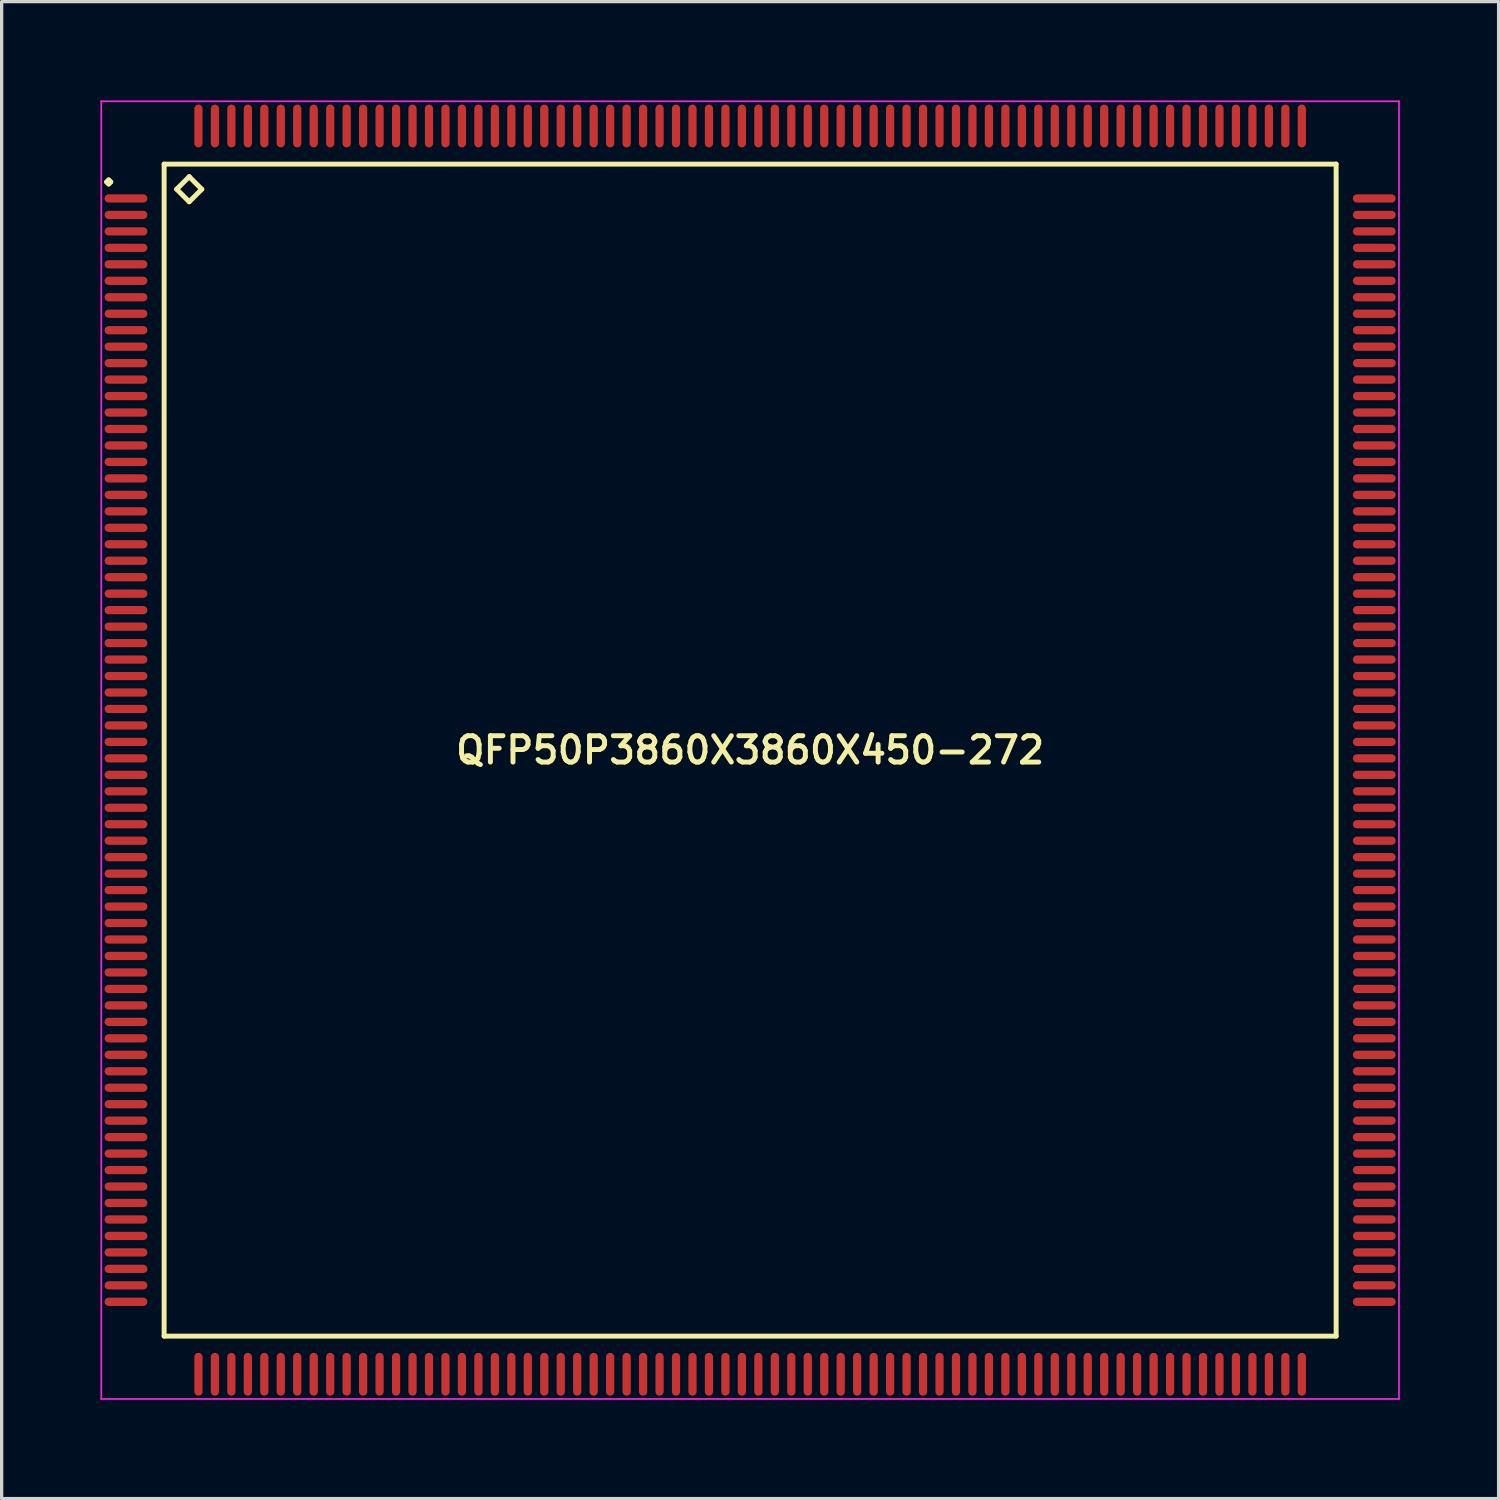
<source format=kicad_pcb>
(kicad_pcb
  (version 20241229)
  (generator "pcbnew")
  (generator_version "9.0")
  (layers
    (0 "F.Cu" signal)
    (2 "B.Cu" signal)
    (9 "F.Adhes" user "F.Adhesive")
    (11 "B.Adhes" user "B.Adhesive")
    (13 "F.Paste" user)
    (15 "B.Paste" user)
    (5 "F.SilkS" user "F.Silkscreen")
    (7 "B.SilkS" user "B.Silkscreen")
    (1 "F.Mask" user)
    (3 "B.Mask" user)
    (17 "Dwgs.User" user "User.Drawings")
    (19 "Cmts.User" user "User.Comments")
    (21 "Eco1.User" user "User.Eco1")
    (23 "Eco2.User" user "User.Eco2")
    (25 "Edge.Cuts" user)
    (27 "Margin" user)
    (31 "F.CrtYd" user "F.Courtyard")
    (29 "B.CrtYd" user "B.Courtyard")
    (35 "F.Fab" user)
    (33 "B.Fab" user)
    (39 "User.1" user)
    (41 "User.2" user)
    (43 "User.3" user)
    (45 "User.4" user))
  (footprint "QFP50P3860X3860X450-272"
    (layer "F.Cu")
    (at 19.725 19.725)
    (property "Reference" "QFP50P3860X3860X450-272" (at 0 0 0) (layer "F.SilkS") (effects (font (size 0.8 0.8) (thickness 0.15))))
    (attr smd)
    (fp_line (start -19.538 -17.25) (end -19.475 -17.312) (stroke (width 0.15) (type solid)) (layer "F.SilkS"))
    (fp_line (start -19.475 -17.312) (end -19.413 -17.25) (stroke (width 0.15) (type solid)) (layer "F.SilkS"))
    (fp_line (start -19.475 -17.188) (end -19.538 -17.25) (stroke (width 0.15) (type solid)) (layer "F.SilkS"))
    (fp_line (start -19.413 -17.25) (end -19.475 -17.188) (stroke (width 0.15) (type solid)) (layer "F.SilkS"))
    (fp_line (start -17.792 -17.792) (end -17.792 17.792) (stroke (width 0.15) (type solid)) (layer "F.SilkS"))
    (fp_line (start -17.792 17.792) (end 17.792 17.792) (stroke (width 0.15) (type solid)) (layer "F.SilkS"))
    (fp_line (start -17.411 -17.03) (end -17.03 -17.411) (stroke (width 0.15) (type solid)) (layer "F.SilkS"))
    (fp_line (start -17.03 -17.411) (end -16.649 -17.03) (stroke (width 0.15) (type solid)) (layer "F.SilkS"))
    (fp_line (start -17.03 -16.649) (end -17.411 -17.03) (stroke (width 0.15) (type solid)) (layer "F.SilkS"))
    (fp_line (start -16.649 -17.03) (end -17.03 -16.649) (stroke (width 0.15) (type solid)) (layer "F.SilkS"))
    (fp_line (start 17.792 -17.792) (end -17.792 -17.792) (stroke (width 0.15) (type solid)) (layer "F.SilkS"))
    (fp_line (start 17.792 17.792) (end 17.792 -17.792) (stroke (width 0.15) (type solid)) (layer "F.SilkS"))
    (fp_line (start -19.7 -19.7) (end 19.7 -19.7) (stroke (width 0.05) (type solid)) (layer "F.CrtYd"))
    (fp_line (start -19.7 19.7) (end -19.7 -19.7) (stroke (width 0.05) (type solid)) (layer "F.CrtYd"))
    (fp_line (start 19.7 -19.7) (end 19.7 19.7) (stroke (width 0.05) (type solid)) (layer "F.CrtYd"))
    (fp_line (start 19.7 19.7) (end -19.7 19.7) (stroke (width 0.05) (type solid)) (layer "F.CrtYd"))
    (pad "1" smd oval (at -18.95 -16.75) (size 1.3 0.25) (layers "F.Cu" "F.Mask" "F.Paste"))
    (pad "2" smd oval (at -18.95 -16.25) (size 1.3 0.25) (layers "F.Cu" "F.Mask" "F.Paste"))
    (pad "3" smd oval (at -18.95 -15.75) (size 1.3 0.25) (layers "F.Cu" "F.Mask" "F.Paste"))
    (pad "4" smd oval (at -18.95 -15.25) (size 1.3 0.25) (layers "F.Cu" "F.Mask" "F.Paste"))
    (pad "5" smd oval (at -18.95 -14.75) (size 1.3 0.25) (layers "F.Cu" "F.Mask" "F.Paste"))
    (pad "6" smd oval (at -18.95 -14.25) (size 1.3 0.25) (layers "F.Cu" "F.Mask" "F.Paste"))
    (pad "7" smd oval (at -18.95 -13.75) (size 1.3 0.25) (layers "F.Cu" "F.Mask" "F.Paste"))
    (pad "8" smd oval (at -18.95 -13.25) (size 1.3 0.25) (layers "F.Cu" "F.Mask" "F.Paste"))
    (pad "9" smd oval (at -18.95 -12.75) (size 1.3 0.25) (layers "F.Cu" "F.Mask" "F.Paste"))
    (pad "10" smd oval (at -18.95 -12.25) (size 1.3 0.25) (layers "F.Cu" "F.Mask" "F.Paste"))
    (pad "11" smd oval (at -18.95 -11.75) (size 1.3 0.25) (layers "F.Cu" "F.Mask" "F.Paste"))
    (pad "12" smd oval (at -18.95 -11.25) (size 1.3 0.25) (layers "F.Cu" "F.Mask" "F.Paste"))
    (pad "13" smd oval (at -18.95 -10.75) (size 1.3 0.25) (layers "F.Cu" "F.Mask" "F.Paste"))
    (pad "14" smd oval (at -18.95 -10.25) (size 1.3 0.25) (layers "F.Cu" "F.Mask" "F.Paste"))
    (pad "15" smd oval (at -18.95 -9.75) (size 1.3 0.25) (layers "F.Cu" "F.Mask" "F.Paste"))
    (pad "16" smd oval (at -18.95 -9.25) (size 1.3 0.25) (layers "F.Cu" "F.Mask" "F.Paste"))
    (pad "17" smd oval (at -18.95 -8.75) (size 1.3 0.25) (layers "F.Cu" "F.Mask" "F.Paste"))
    (pad "18" smd oval (at -18.95 -8.25) (size 1.3 0.25) (layers "F.Cu" "F.Mask" "F.Paste"))
    (pad "19" smd oval (at -18.95 -7.75) (size 1.3 0.25) (layers "F.Cu" "F.Mask" "F.Paste"))
    (pad "20" smd oval (at -18.95 -7.25) (size 1.3 0.25) (layers "F.Cu" "F.Mask" "F.Paste"))
    (pad "21" smd oval (at -18.95 -6.75) (size 1.3 0.25) (layers "F.Cu" "F.Mask" "F.Paste"))
    (pad "22" smd oval (at -18.95 -6.25) (size 1.3 0.25) (layers "F.Cu" "F.Mask" "F.Paste"))
    (pad "23" smd oval (at -18.95 -5.75) (size 1.3 0.25) (layers "F.Cu" "F.Mask" "F.Paste"))
    (pad "24" smd oval (at -18.95 -5.25) (size 1.3 0.25) (layers "F.Cu" "F.Mask" "F.Paste"))
    (pad "25" smd oval (at -18.95 -4.75) (size 1.3 0.25) (layers "F.Cu" "F.Mask" "F.Paste"))
    (pad "26" smd oval (at -18.95 -4.25) (size 1.3 0.25) (layers "F.Cu" "F.Mask" "F.Paste"))
    (pad "27" smd oval (at -18.95 -3.75) (size 1.3 0.25) (layers "F.Cu" "F.Mask" "F.Paste"))
    (pad "28" smd oval (at -18.95 -3.25) (size 1.3 0.25) (layers "F.Cu" "F.Mask" "F.Paste"))
    (pad "29" smd oval (at -18.95 -2.75) (size 1.3 0.25) (layers "F.Cu" "F.Mask" "F.Paste"))
    (pad "30" smd oval (at -18.95 -2.25) (size 1.3 0.25) (layers "F.Cu" "F.Mask" "F.Paste"))
    (pad "31" smd oval (at -18.95 -1.75) (size 1.3 0.25) (layers "F.Cu" "F.Mask" "F.Paste"))
    (pad "32" smd oval (at -18.95 -1.25) (size 1.3 0.25) (layers "F.Cu" "F.Mask" "F.Paste"))
    (pad "33" smd oval (at -18.95 -0.75) (size 1.3 0.25) (layers "F.Cu" "F.Mask" "F.Paste"))
    (pad "34" smd oval (at -18.95 -0.25) (size 1.3 0.25) (layers "F.Cu" "F.Mask" "F.Paste"))
    (pad "35" smd oval (at -18.95 0.25) (size 1.3 0.25) (layers "F.Cu" "F.Mask" "F.Paste"))
    (pad "36" smd oval (at -18.95 0.75) (size 1.3 0.25) (layers "F.Cu" "F.Mask" "F.Paste"))
    (pad "37" smd oval (at -18.95 1.25) (size 1.3 0.25) (layers "F.Cu" "F.Mask" "F.Paste"))
    (pad "38" smd oval (at -18.95 1.75) (size 1.3 0.25) (layers "F.Cu" "F.Mask" "F.Paste"))
    (pad "39" smd oval (at -18.95 2.25) (size 1.3 0.25) (layers "F.Cu" "F.Mask" "F.Paste"))
    (pad "40" smd oval (at -18.95 2.75) (size 1.3 0.25) (layers "F.Cu" "F.Mask" "F.Paste"))
    (pad "41" smd oval (at -18.95 3.25) (size 1.3 0.25) (layers "F.Cu" "F.Mask" "F.Paste"))
    (pad "42" smd oval (at -18.95 3.75) (size 1.3 0.25) (layers "F.Cu" "F.Mask" "F.Paste"))
    (pad "43" smd oval (at -18.95 4.25) (size 1.3 0.25) (layers "F.Cu" "F.Mask" "F.Paste"))
    (pad "44" smd oval (at -18.95 4.75) (size 1.3 0.25) (layers "F.Cu" "F.Mask" "F.Paste"))
    (pad "45" smd oval (at -18.95 5.25) (size 1.3 0.25) (layers "F.Cu" "F.Mask" "F.Paste"))
    (pad "46" smd oval (at -18.95 5.75) (size 1.3 0.25) (layers "F.Cu" "F.Mask" "F.Paste"))
    (pad "47" smd oval (at -18.95 6.25) (size 1.3 0.25) (layers "F.Cu" "F.Mask" "F.Paste"))
    (pad "48" smd oval (at -18.95 6.75) (size 1.3 0.25) (layers "F.Cu" "F.Mask" "F.Paste"))
    (pad "49" smd oval (at -18.95 7.25) (size 1.3 0.25) (layers "F.Cu" "F.Mask" "F.Paste"))
    (pad "50" smd oval (at -18.95 7.75) (size 1.3 0.25) (layers "F.Cu" "F.Mask" "F.Paste"))
    (pad "51" smd oval (at -18.95 8.25) (size 1.3 0.25) (layers "F.Cu" "F.Mask" "F.Paste"))
    (pad "52" smd oval (at -18.95 8.75) (size 1.3 0.25) (layers "F.Cu" "F.Mask" "F.Paste"))
    (pad "53" smd oval (at -18.95 9.25) (size 1.3 0.25) (layers "F.Cu" "F.Mask" "F.Paste"))
    (pad "54" smd oval (at -18.95 9.75) (size 1.3 0.25) (layers "F.Cu" "F.Mask" "F.Paste"))
    (pad "55" smd oval (at -18.95 10.25) (size 1.3 0.25) (layers "F.Cu" "F.Mask" "F.Paste"))
    (pad "56" smd oval (at -18.95 10.75) (size 1.3 0.25) (layers "F.Cu" "F.Mask" "F.Paste"))
    (pad "57" smd oval (at -18.95 11.25) (size 1.3 0.25) (layers "F.Cu" "F.Mask" "F.Paste"))
    (pad "58" smd oval (at -18.95 11.75) (size 1.3 0.25) (layers "F.Cu" "F.Mask" "F.Paste"))
    (pad "59" smd oval (at -18.95 12.25) (size 1.3 0.25) (layers "F.Cu" "F.Mask" "F.Paste"))
    (pad "60" smd oval (at -18.95 12.75) (size 1.3 0.25) (layers "F.Cu" "F.Mask" "F.Paste"))
    (pad "61" smd oval (at -18.95 13.25) (size 1.3 0.25) (layers "F.Cu" "F.Mask" "F.Paste"))
    (pad "62" smd oval (at -18.95 13.75) (size 1.3 0.25) (layers "F.Cu" "F.Mask" "F.Paste"))
    (pad "63" smd oval (at -18.95 14.25) (size 1.3 0.25) (layers "F.Cu" "F.Mask" "F.Paste"))
    (pad "64" smd oval (at -18.95 14.75) (size 1.3 0.25) (layers "F.Cu" "F.Mask" "F.Paste"))
    (pad "65" smd oval (at -18.95 15.25) (size 1.3 0.25) (layers "F.Cu" "F.Mask" "F.Paste"))
    (pad "66" smd oval (at -18.95 15.75) (size 1.3 0.25) (layers "F.Cu" "F.Mask" "F.Paste"))
    (pad "67" smd oval (at -18.95 16.25) (size 1.3 0.25) (layers "F.Cu" "F.Mask" "F.Paste"))
    (pad "68" smd oval (at -18.95 16.75) (size 1.3 0.25) (layers "F.Cu" "F.Mask" "F.Paste"))
    (pad "69" smd oval (at -16.75 18.95) (size 0.25 1.3) (layers "F.Cu" "F.Mask" "F.Paste"))
    (pad "70" smd oval (at -16.25 18.95) (size 0.25 1.3) (layers "F.Cu" "F.Mask" "F.Paste"))
    (pad "71" smd oval (at -15.75 18.95) (size 0.25 1.3) (layers "F.Cu" "F.Mask" "F.Paste"))
    (pad "72" smd oval (at -15.25 18.95) (size 0.25 1.3) (layers "F.Cu" "F.Mask" "F.Paste"))
    (pad "73" smd oval (at -14.75 18.95) (size 0.25 1.3) (layers "F.Cu" "F.Mask" "F.Paste"))
    (pad "74" smd oval (at -14.25 18.95) (size 0.25 1.3) (layers "F.Cu" "F.Mask" "F.Paste"))
    (pad "75" smd oval (at -13.75 18.95) (size 0.25 1.3) (layers "F.Cu" "F.Mask" "F.Paste"))
    (pad "76" smd oval (at -13.25 18.95) (size 0.25 1.3) (layers "F.Cu" "F.Mask" "F.Paste"))
    (pad "77" smd oval (at -12.75 18.95) (size 0.25 1.3) (layers "F.Cu" "F.Mask" "F.Paste"))
    (pad "78" smd oval (at -12.25 18.95) (size 0.25 1.3) (layers "F.Cu" "F.Mask" "F.Paste"))
    (pad "79" smd oval (at -11.75 18.95) (size 0.25 1.3) (layers "F.Cu" "F.Mask" "F.Paste"))
    (pad "80" smd oval (at -11.25 18.95) (size 0.25 1.3) (layers "F.Cu" "F.Mask" "F.Paste"))
    (pad "81" smd oval (at -10.75 18.95) (size 0.25 1.3) (layers "F.Cu" "F.Mask" "F.Paste"))
    (pad "82" smd oval (at -10.25 18.95) (size 0.25 1.3) (layers "F.Cu" "F.Mask" "F.Paste"))
    (pad "83" smd oval (at -9.75 18.95) (size 0.25 1.3) (layers "F.Cu" "F.Mask" "F.Paste"))
    (pad "84" smd oval (at -9.25 18.95) (size 0.25 1.3) (layers "F.Cu" "F.Mask" "F.Paste"))
    (pad "85" smd oval (at -8.75 18.95) (size 0.25 1.3) (layers "F.Cu" "F.Mask" "F.Paste"))
    (pad "86" smd oval (at -8.25 18.95) (size 0.25 1.3) (layers "F.Cu" "F.Mask" "F.Paste"))
    (pad "87" smd oval (at -7.75 18.95) (size 0.25 1.3) (layers "F.Cu" "F.Mask" "F.Paste"))
    (pad "88" smd oval (at -7.25 18.95) (size 0.25 1.3) (layers "F.Cu" "F.Mask" "F.Paste"))
    (pad "89" smd oval (at -6.75 18.95) (size 0.25 1.3) (layers "F.Cu" "F.Mask" "F.Paste"))
    (pad "90" smd oval (at -6.25 18.95) (size 0.25 1.3) (layers "F.Cu" "F.Mask" "F.Paste"))
    (pad "91" smd oval (at -5.75 18.95) (size 0.25 1.3) (layers "F.Cu" "F.Mask" "F.Paste"))
    (pad "92" smd oval (at -5.25 18.95) (size 0.25 1.3) (layers "F.Cu" "F.Mask" "F.Paste"))
    (pad "93" smd oval (at -4.75 18.95) (size 0.25 1.3) (layers "F.Cu" "F.Mask" "F.Paste"))
    (pad "94" smd oval (at -4.25 18.95) (size 0.25 1.3) (layers "F.Cu" "F.Mask" "F.Paste"))
    (pad "95" smd oval (at -3.75 18.95) (size 0.25 1.3) (layers "F.Cu" "F.Mask" "F.Paste"))
    (pad "96" smd oval (at -3.25 18.95) (size 0.25 1.3) (layers "F.Cu" "F.Mask" "F.Paste"))
    (pad "97" smd oval (at -2.75 18.95) (size 0.25 1.3) (layers "F.Cu" "F.Mask" "F.Paste"))
    (pad "98" smd oval (at -2.25 18.95) (size 0.25 1.3) (layers "F.Cu" "F.Mask" "F.Paste"))
    (pad "99" smd oval (at -1.75 18.95) (size 0.25 1.3) (layers "F.Cu" "F.Mask" "F.Paste"))
    (pad "100" smd oval (at -1.25 18.95) (size 0.25 1.3) (layers "F.Cu" "F.Mask" "F.Paste"))
    (pad "101" smd oval (at -0.75 18.95) (size 0.25 1.3) (layers "F.Cu" "F.Mask" "F.Paste"))
    (pad "102" smd oval (at -0.25 18.95) (size 0.25 1.3) (layers "F.Cu" "F.Mask" "F.Paste"))
    (pad "103" smd oval (at 0.25 18.95) (size 0.25 1.3) (layers "F.Cu" "F.Mask" "F.Paste"))
    (pad "104" smd oval (at 0.75 18.95) (size 0.25 1.3) (layers "F.Cu" "F.Mask" "F.Paste"))
    (pad "105" smd oval (at 1.25 18.95) (size 0.25 1.3) (layers "F.Cu" "F.Mask" "F.Paste"))
    (pad "106" smd oval (at 1.75 18.95) (size 0.25 1.3) (layers "F.Cu" "F.Mask" "F.Paste"))
    (pad "107" smd oval (at 2.25 18.95) (size 0.25 1.3) (layers "F.Cu" "F.Mask" "F.Paste"))
    (pad "108" smd oval (at 2.75 18.95) (size 0.25 1.3) (layers "F.Cu" "F.Mask" "F.Paste"))
    (pad "109" smd oval (at 3.25 18.95) (size 0.25 1.3) (layers "F.Cu" "F.Mask" "F.Paste"))
    (pad "110" smd oval (at 3.75 18.95) (size 0.25 1.3) (layers "F.Cu" "F.Mask" "F.Paste"))
    (pad "111" smd oval (at 4.25 18.95) (size 0.25 1.3) (layers "F.Cu" "F.Mask" "F.Paste"))
    (pad "112" smd oval (at 4.75 18.95) (size 0.25 1.3) (layers "F.Cu" "F.Mask" "F.Paste"))
    (pad "113" smd oval (at 5.25 18.95) (size 0.25 1.3) (layers "F.Cu" "F.Mask" "F.Paste"))
    (pad "114" smd oval (at 5.75 18.95) (size 0.25 1.3) (layers "F.Cu" "F.Mask" "F.Paste"))
    (pad "115" smd oval (at 6.25 18.95) (size 0.25 1.3) (layers "F.Cu" "F.Mask" "F.Paste"))
    (pad "116" smd oval (at 6.75 18.95) (size 0.25 1.3) (layers "F.Cu" "F.Mask" "F.Paste"))
    (pad "117" smd oval (at 7.25 18.95) (size 0.25 1.3) (layers "F.Cu" "F.Mask" "F.Paste"))
    (pad "118" smd oval (at 7.75 18.95) (size 0.25 1.3) (layers "F.Cu" "F.Mask" "F.Paste"))
    (pad "119" smd oval (at 8.25 18.95) (size 0.25 1.3) (layers "F.Cu" "F.Mask" "F.Paste"))
    (pad "120" smd oval (at 8.75 18.95) (size 0.25 1.3) (layers "F.Cu" "F.Mask" "F.Paste"))
    (pad "121" smd oval (at 9.25 18.95) (size 0.25 1.3) (layers "F.Cu" "F.Mask" "F.Paste"))
    (pad "122" smd oval (at 9.75 18.95) (size 0.25 1.3) (layers "F.Cu" "F.Mask" "F.Paste"))
    (pad "123" smd oval (at 10.25 18.95) (size 0.25 1.3) (layers "F.Cu" "F.Mask" "F.Paste"))
    (pad "124" smd oval (at 10.75 18.95) (size 0.25 1.3) (layers "F.Cu" "F.Mask" "F.Paste"))
    (pad "125" smd oval (at 11.25 18.95) (size 0.25 1.3) (layers "F.Cu" "F.Mask" "F.Paste"))
    (pad "126" smd oval (at 11.75 18.95) (size 0.25 1.3) (layers "F.Cu" "F.Mask" "F.Paste"))
    (pad "127" smd oval (at 12.25 18.95) (size 0.25 1.3) (layers "F.Cu" "F.Mask" "F.Paste"))
    (pad "128" smd oval (at 12.75 18.95) (size 0.25 1.3) (layers "F.Cu" "F.Mask" "F.Paste"))
    (pad "129" smd oval (at 13.25 18.95) (size 0.25 1.3) (layers "F.Cu" "F.Mask" "F.Paste"))
    (pad "130" smd oval (at 13.75 18.95) (size 0.25 1.3) (layers "F.Cu" "F.Mask" "F.Paste"))
    (pad "131" smd oval (at 14.25 18.95) (size 0.25 1.3) (layers "F.Cu" "F.Mask" "F.Paste"))
    (pad "132" smd oval (at 14.75 18.95) (size 0.25 1.3) (layers "F.Cu" "F.Mask" "F.Paste"))
    (pad "133" smd oval (at 15.25 18.95) (size 0.25 1.3) (layers "F.Cu" "F.Mask" "F.Paste"))
    (pad "134" smd oval (at 15.75 18.95) (size 0.25 1.3) (layers "F.Cu" "F.Mask" "F.Paste"))
    (pad "135" smd oval (at 16.25 18.95) (size 0.25 1.3) (layers "F.Cu" "F.Mask" "F.Paste"))
    (pad "136" smd oval (at 16.75 18.95) (size 0.25 1.3) (layers "F.Cu" "F.Mask" "F.Paste"))
    (pad "137" smd oval (at 18.95 16.75) (size 1.3 0.25) (layers "F.Cu" "F.Mask" "F.Paste"))
    (pad "138" smd oval (at 18.95 16.25) (size 1.3 0.25) (layers "F.Cu" "F.Mask" "F.Paste"))
    (pad "139" smd oval (at 18.95 15.75) (size 1.3 0.25) (layers "F.Cu" "F.Mask" "F.Paste"))
    (pad "140" smd oval (at 18.95 15.25) (size 1.3 0.25) (layers "F.Cu" "F.Mask" "F.Paste"))
    (pad "141" smd oval (at 18.95 14.75) (size 1.3 0.25) (layers "F.Cu" "F.Mask" "F.Paste"))
    (pad "142" smd oval (at 18.95 14.25) (size 1.3 0.25) (layers "F.Cu" "F.Mask" "F.Paste"))
    (pad "143" smd oval (at 18.95 13.75) (size 1.3 0.25) (layers "F.Cu" "F.Mask" "F.Paste"))
    (pad "144" smd oval (at 18.95 13.25) (size 1.3 0.25) (layers "F.Cu" "F.Mask" "F.Paste"))
    (pad "145" smd oval (at 18.95 12.75) (size 1.3 0.25) (layers "F.Cu" "F.Mask" "F.Paste"))
    (pad "146" smd oval (at 18.95 12.25) (size 1.3 0.25) (layers "F.Cu" "F.Mask" "F.Paste"))
    (pad "147" smd oval (at 18.95 11.75) (size 1.3 0.25) (layers "F.Cu" "F.Mask" "F.Paste"))
    (pad "148" smd oval (at 18.95 11.25) (size 1.3 0.25) (layers "F.Cu" "F.Mask" "F.Paste"))
    (pad "149" smd oval (at 18.95 10.75) (size 1.3 0.25) (layers "F.Cu" "F.Mask" "F.Paste"))
    (pad "150" smd oval (at 18.95 10.25) (size 1.3 0.25) (layers "F.Cu" "F.Mask" "F.Paste"))
    (pad "151" smd oval (at 18.95 9.75) (size 1.3 0.25) (layers "F.Cu" "F.Mask" "F.Paste"))
    (pad "152" smd oval (at 18.95 9.25) (size 1.3 0.25) (layers "F.Cu" "F.Mask" "F.Paste"))
    (pad "153" smd oval (at 18.95 8.75) (size 1.3 0.25) (layers "F.Cu" "F.Mask" "F.Paste"))
    (pad "154" smd oval (at 18.95 8.25) (size 1.3 0.25) (layers "F.Cu" "F.Mask" "F.Paste"))
    (pad "155" smd oval (at 18.95 7.75) (size 1.3 0.25) (layers "F.Cu" "F.Mask" "F.Paste"))
    (pad "156" smd oval (at 18.95 7.25) (size 1.3 0.25) (layers "F.Cu" "F.Mask" "F.Paste"))
    (pad "157" smd oval (at 18.95 6.75) (size 1.3 0.25) (layers "F.Cu" "F.Mask" "F.Paste"))
    (pad "158" smd oval (at 18.95 6.25) (size 1.3 0.25) (layers "F.Cu" "F.Mask" "F.Paste"))
    (pad "159" smd oval (at 18.95 5.75) (size 1.3 0.25) (layers "F.Cu" "F.Mask" "F.Paste"))
    (pad "160" smd oval (at 18.95 5.25) (size 1.3 0.25) (layers "F.Cu" "F.Mask" "F.Paste"))
    (pad "161" smd oval (at 18.95 4.75) (size 1.3 0.25) (layers "F.Cu" "F.Mask" "F.Paste"))
    (pad "162" smd oval (at 18.95 4.25) (size 1.3 0.25) (layers "F.Cu" "F.Mask" "F.Paste"))
    (pad "163" smd oval (at 18.95 3.75) (size 1.3 0.25) (layers "F.Cu" "F.Mask" "F.Paste"))
    (pad "164" smd oval (at 18.95 3.25) (size 1.3 0.25) (layers "F.Cu" "F.Mask" "F.Paste"))
    (pad "165" smd oval (at 18.95 2.75) (size 1.3 0.25) (layers "F.Cu" "F.Mask" "F.Paste"))
    (pad "166" smd oval (at 18.95 2.25) (size 1.3 0.25) (layers "F.Cu" "F.Mask" "F.Paste"))
    (pad "167" smd oval (at 18.95 1.75) (size 1.3 0.25) (layers "F.Cu" "F.Mask" "F.Paste"))
    (pad "168" smd oval (at 18.95 1.25) (size 1.3 0.25) (layers "F.Cu" "F.Mask" "F.Paste"))
    (pad "169" smd oval (at 18.95 0.75) (size 1.3 0.25) (layers "F.Cu" "F.Mask" "F.Paste"))
    (pad "170" smd oval (at 18.95 0.25) (size 1.3 0.25) (layers "F.Cu" "F.Mask" "F.Paste"))
    (pad "171" smd oval (at 18.95 -0.25) (size 1.3 0.25) (layers "F.Cu" "F.Mask" "F.Paste"))
    (pad "172" smd oval (at 18.95 -0.75) (size 1.3 0.25) (layers "F.Cu" "F.Mask" "F.Paste"))
    (pad "173" smd oval (at 18.95 -1.25) (size 1.3 0.25) (layers "F.Cu" "F.Mask" "F.Paste"))
    (pad "174" smd oval (at 18.95 -1.75) (size 1.3 0.25) (layers "F.Cu" "F.Mask" "F.Paste"))
    (pad "175" smd oval (at 18.95 -2.25) (size 1.3 0.25) (layers "F.Cu" "F.Mask" "F.Paste"))
    (pad "176" smd oval (at 18.95 -2.75) (size 1.3 0.25) (layers "F.Cu" "F.Mask" "F.Paste"))
    (pad "177" smd oval (at 18.95 -3.25) (size 1.3 0.25) (layers "F.Cu" "F.Mask" "F.Paste"))
    (pad "178" smd oval (at 18.95 -3.75) (size 1.3 0.25) (layers "F.Cu" "F.Mask" "F.Paste"))
    (pad "179" smd oval (at 18.95 -4.25) (size 1.3 0.25) (layers "F.Cu" "F.Mask" "F.Paste"))
    (pad "180" smd oval (at 18.95 -4.75) (size 1.3 0.25) (layers "F.Cu" "F.Mask" "F.Paste"))
    (pad "181" smd oval (at 18.95 -5.25) (size 1.3 0.25) (layers "F.Cu" "F.Mask" "F.Paste"))
    (pad "182" smd oval (at 18.95 -5.75) (size 1.3 0.25) (layers "F.Cu" "F.Mask" "F.Paste"))
    (pad "183" smd oval (at 18.95 -6.25) (size 1.3 0.25) (layers "F.Cu" "F.Mask" "F.Paste"))
    (pad "184" smd oval (at 18.95 -6.75) (size 1.3 0.25) (layers "F.Cu" "F.Mask" "F.Paste"))
    (pad "185" smd oval (at 18.95 -7.25) (size 1.3 0.25) (layers "F.Cu" "F.Mask" "F.Paste"))
    (pad "186" smd oval (at 18.95 -7.75) (size 1.3 0.25) (layers "F.Cu" "F.Mask" "F.Paste"))
    (pad "187" smd oval (at 18.95 -8.25) (size 1.3 0.25) (layers "F.Cu" "F.Mask" "F.Paste"))
    (pad "188" smd oval (at 18.95 -8.75) (size 1.3 0.25) (layers "F.Cu" "F.Mask" "F.Paste"))
    (pad "189" smd oval (at 18.95 -9.25) (size 1.3 0.25) (layers "F.Cu" "F.Mask" "F.Paste"))
    (pad "190" smd oval (at 18.95 -9.75) (size 1.3 0.25) (layers "F.Cu" "F.Mask" "F.Paste"))
    (pad "191" smd oval (at 18.95 -10.25) (size 1.3 0.25) (layers "F.Cu" "F.Mask" "F.Paste"))
    (pad "192" smd oval (at 18.95 -10.75) (size 1.3 0.25) (layers "F.Cu" "F.Mask" "F.Paste"))
    (pad "193" smd oval (at 18.95 -11.25) (size 1.3 0.25) (layers "F.Cu" "F.Mask" "F.Paste"))
    (pad "194" smd oval (at 18.95 -11.75) (size 1.3 0.25) (layers "F.Cu" "F.Mask" "F.Paste"))
    (pad "195" smd oval (at 18.95 -12.25) (size 1.3 0.25) (layers "F.Cu" "F.Mask" "F.Paste"))
    (pad "196" smd oval (at 18.95 -12.75) (size 1.3 0.25) (layers "F.Cu" "F.Mask" "F.Paste"))
    (pad "197" smd oval (at 18.95 -13.25) (size 1.3 0.25) (layers "F.Cu" "F.Mask" "F.Paste"))
    (pad "198" smd oval (at 18.95 -13.75) (size 1.3 0.25) (layers "F.Cu" "F.Mask" "F.Paste"))
    (pad "199" smd oval (at 18.95 -14.25) (size 1.3 0.25) (layers "F.Cu" "F.Mask" "F.Paste"))
    (pad "200" smd oval (at 18.95 -14.75) (size 1.3 0.25) (layers "F.Cu" "F.Mask" "F.Paste"))
    (pad "201" smd oval (at 18.95 -15.25) (size 1.3 0.25) (layers "F.Cu" "F.Mask" "F.Paste"))
    (pad "202" smd oval (at 18.95 -15.75) (size 1.3 0.25) (layers "F.Cu" "F.Mask" "F.Paste"))
    (pad "203" smd oval (at 18.95 -16.25) (size 1.3 0.25) (layers "F.Cu" "F.Mask" "F.Paste"))
    (pad "204" smd oval (at 18.95 -16.75) (size 1.3 0.25) (layers "F.Cu" "F.Mask" "F.Paste"))
    (pad "205" smd oval (at 16.75 -18.95) (size 0.25 1.3) (layers "F.Cu" "F.Mask" "F.Paste"))
    (pad "206" smd oval (at 16.25 -18.95) (size 0.25 1.3) (layers "F.Cu" "F.Mask" "F.Paste"))
    (pad "207" smd oval (at 15.75 -18.95) (size 0.25 1.3) (layers "F.Cu" "F.Mask" "F.Paste"))
    (pad "208" smd oval (at 15.25 -18.95) (size 0.25 1.3) (layers "F.Cu" "F.Mask" "F.Paste"))
    (pad "209" smd oval (at 14.75 -18.95) (size 0.25 1.3) (layers "F.Cu" "F.Mask" "F.Paste"))
    (pad "210" smd oval (at 14.25 -18.95) (size 0.25 1.3) (layers "F.Cu" "F.Mask" "F.Paste"))
    (pad "211" smd oval (at 13.75 -18.95) (size 0.25 1.3) (layers "F.Cu" "F.Mask" "F.Paste"))
    (pad "212" smd oval (at 13.25 -18.95) (size 0.25 1.3) (layers "F.Cu" "F.Mask" "F.Paste"))
    (pad "213" smd oval (at 12.75 -18.95) (size 0.25 1.3) (layers "F.Cu" "F.Mask" "F.Paste"))
    (pad "214" smd oval (at 12.25 -18.95) (size 0.25 1.3) (layers "F.Cu" "F.Mask" "F.Paste"))
    (pad "215" smd oval (at 11.75 -18.95) (size 0.25 1.3) (layers "F.Cu" "F.Mask" "F.Paste"))
    (pad "216" smd oval (at 11.25 -18.95) (size 0.25 1.3) (layers "F.Cu" "F.Mask" "F.Paste"))
    (pad "217" smd oval (at 10.75 -18.95) (size 0.25 1.3) (layers "F.Cu" "F.Mask" "F.Paste"))
    (pad "218" smd oval (at 10.25 -18.95) (size 0.25 1.3) (layers "F.Cu" "F.Mask" "F.Paste"))
    (pad "219" smd oval (at 9.75 -18.95) (size 0.25 1.3) (layers "F.Cu" "F.Mask" "F.Paste"))
    (pad "220" smd oval (at 9.25 -18.95) (size 0.25 1.3) (layers "F.Cu" "F.Mask" "F.Paste"))
    (pad "221" smd oval (at 8.75 -18.95) (size 0.25 1.3) (layers "F.Cu" "F.Mask" "F.Paste"))
    (pad "222" smd oval (at 8.25 -18.95) (size 0.25 1.3) (layers "F.Cu" "F.Mask" "F.Paste"))
    (pad "223" smd oval (at 7.75 -18.95) (size 0.25 1.3) (layers "F.Cu" "F.Mask" "F.Paste"))
    (pad "224" smd oval (at 7.25 -18.95) (size 0.25 1.3) (layers "F.Cu" "F.Mask" "F.Paste"))
    (pad "225" smd oval (at 6.75 -18.95) (size 0.25 1.3) (layers "F.Cu" "F.Mask" "F.Paste"))
    (pad "226" smd oval (at 6.25 -18.95) (size 0.25 1.3) (layers "F.Cu" "F.Mask" "F.Paste"))
    (pad "227" smd oval (at 5.75 -18.95) (size 0.25 1.3) (layers "F.Cu" "F.Mask" "F.Paste"))
    (pad "228" smd oval (at 5.25 -18.95) (size 0.25 1.3) (layers "F.Cu" "F.Mask" "F.Paste"))
    (pad "229" smd oval (at 4.75 -18.95) (size 0.25 1.3) (layers "F.Cu" "F.Mask" "F.Paste"))
    (pad "230" smd oval (at 4.25 -18.95) (size 0.25 1.3) (layers "F.Cu" "F.Mask" "F.Paste"))
    (pad "231" smd oval (at 3.75 -18.95) (size 0.25 1.3) (layers "F.Cu" "F.Mask" "F.Paste"))
    (pad "232" smd oval (at 3.25 -18.95) (size 0.25 1.3) (layers "F.Cu" "F.Mask" "F.Paste"))
    (pad "233" smd oval (at 2.75 -18.95) (size 0.25 1.3) (layers "F.Cu" "F.Mask" "F.Paste"))
    (pad "234" smd oval (at 2.25 -18.95) (size 0.25 1.3) (layers "F.Cu" "F.Mask" "F.Paste"))
    (pad "235" smd oval (at 1.75 -18.95) (size 0.25 1.3) (layers "F.Cu" "F.Mask" "F.Paste"))
    (pad "236" smd oval (at 1.25 -18.95) (size 0.25 1.3) (layers "F.Cu" "F.Mask" "F.Paste"))
    (pad "237" smd oval (at 0.75 -18.95) (size 0.25 1.3) (layers "F.Cu" "F.Mask" "F.Paste"))
    (pad "238" smd oval (at 0.25 -18.95) (size 0.25 1.3) (layers "F.Cu" "F.Mask" "F.Paste"))
    (pad "239" smd oval (at -0.25 -18.95) (size 0.25 1.3) (layers "F.Cu" "F.Mask" "F.Paste"))
    (pad "240" smd oval (at -0.75 -18.95) (size 0.25 1.3) (layers "F.Cu" "F.Mask" "F.Paste"))
    (pad "241" smd oval (at -1.25 -18.95) (size 0.25 1.3) (layers "F.Cu" "F.Mask" "F.Paste"))
    (pad "242" smd oval (at -1.75 -18.95) (size 0.25 1.3) (layers "F.Cu" "F.Mask" "F.Paste"))
    (pad "243" smd oval (at -2.25 -18.95) (size 0.25 1.3) (layers "F.Cu" "F.Mask" "F.Paste"))
    (pad "244" smd oval (at -2.75 -18.95) (size 0.25 1.3) (layers "F.Cu" "F.Mask" "F.Paste"))
    (pad "245" smd oval (at -3.25 -18.95) (size 0.25 1.3) (layers "F.Cu" "F.Mask" "F.Paste"))
    (pad "246" smd oval (at -3.75 -18.95) (size 0.25 1.3) (layers "F.Cu" "F.Mask" "F.Paste"))
    (pad "247" smd oval (at -4.25 -18.95) (size 0.25 1.3) (layers "F.Cu" "F.Mask" "F.Paste"))
    (pad "248" smd oval (at -4.75 -18.95) (size 0.25 1.3) (layers "F.Cu" "F.Mask" "F.Paste"))
    (pad "249" smd oval (at -5.25 -18.95) (size 0.25 1.3) (layers "F.Cu" "F.Mask" "F.Paste"))
    (pad "250" smd oval (at -5.75 -18.95) (size 0.25 1.3) (layers "F.Cu" "F.Mask" "F.Paste"))
    (pad "251" smd oval (at -6.25 -18.95) (size 0.25 1.3) (layers "F.Cu" "F.Mask" "F.Paste"))
    (pad "252" smd oval (at -6.75 -18.95) (size 0.25 1.3) (layers "F.Cu" "F.Mask" "F.Paste"))
    (pad "253" smd oval (at -7.25 -18.95) (size 0.25 1.3) (layers "F.Cu" "F.Mask" "F.Paste"))
    (pad "254" smd oval (at -7.75 -18.95) (size 0.25 1.3) (layers "F.Cu" "F.Mask" "F.Paste"))
    (pad "255" smd oval (at -8.25 -18.95) (size 0.25 1.3) (layers "F.Cu" "F.Mask" "F.Paste"))
    (pad "256" smd oval (at -8.75 -18.95) (size 0.25 1.3) (layers "F.Cu" "F.Mask" "F.Paste"))
    (pad "257" smd oval (at -9.25 -18.95) (size 0.25 1.3) (layers "F.Cu" "F.Mask" "F.Paste"))
    (pad "258" smd oval (at -9.75 -18.95) (size 0.25 1.3) (layers "F.Cu" "F.Mask" "F.Paste"))
    (pad "259" smd oval (at -10.25 -18.95) (size 0.25 1.3) (layers "F.Cu" "F.Mask" "F.Paste"))
    (pad "260" smd oval (at -10.75 -18.95) (size 0.25 1.3) (layers "F.Cu" "F.Mask" "F.Paste"))
    (pad "261" smd oval (at -11.25 -18.95) (size 0.25 1.3) (layers "F.Cu" "F.Mask" "F.Paste"))
    (pad "262" smd oval (at -11.75 -18.95) (size 0.25 1.3) (layers "F.Cu" "F.Mask" "F.Paste"))
    (pad "263" smd oval (at -12.25 -18.95) (size 0.25 1.3) (layers "F.Cu" "F.Mask" "F.Paste"))
    (pad "264" smd oval (at -12.75 -18.95) (size 0.25 1.3) (layers "F.Cu" "F.Mask" "F.Paste"))
    (pad "265" smd oval (at -13.25 -18.95) (size 0.25 1.3) (layers "F.Cu" "F.Mask" "F.Paste"))
    (pad "266" smd oval (at -13.75 -18.95) (size 0.25 1.3) (layers "F.Cu" "F.Mask" "F.Paste"))
    (pad "267" smd oval (at -14.25 -18.95) (size 0.25 1.3) (layers "F.Cu" "F.Mask" "F.Paste"))
    (pad "268" smd oval (at -14.75 -18.95) (size 0.25 1.3) (layers "F.Cu" "F.Mask" "F.Paste"))
    (pad "269" smd oval (at -15.25 -18.95) (size 0.25 1.3) (layers "F.Cu" "F.Mask" "F.Paste"))
    (pad "270" smd oval (at -15.75 -18.95) (size 0.25 1.3) (layers "F.Cu" "F.Mask" "F.Paste"))
    (pad "271" smd oval (at -16.25 -18.95) (size 0.25 1.3) (layers "F.Cu" "F.Mask" "F.Paste"))
    (pad "272" smd oval (at -16.75 -18.95) (size 0.25 1.3) (layers "F.Cu" "F.Mask" "F.Paste")))
  (gr_rect
    (start -3 -3)
    (end 42.45 42.45)
    (stroke (width 0.1) (type default))
    (fill no)
    (layer "Edge.Cuts")))
</source>
